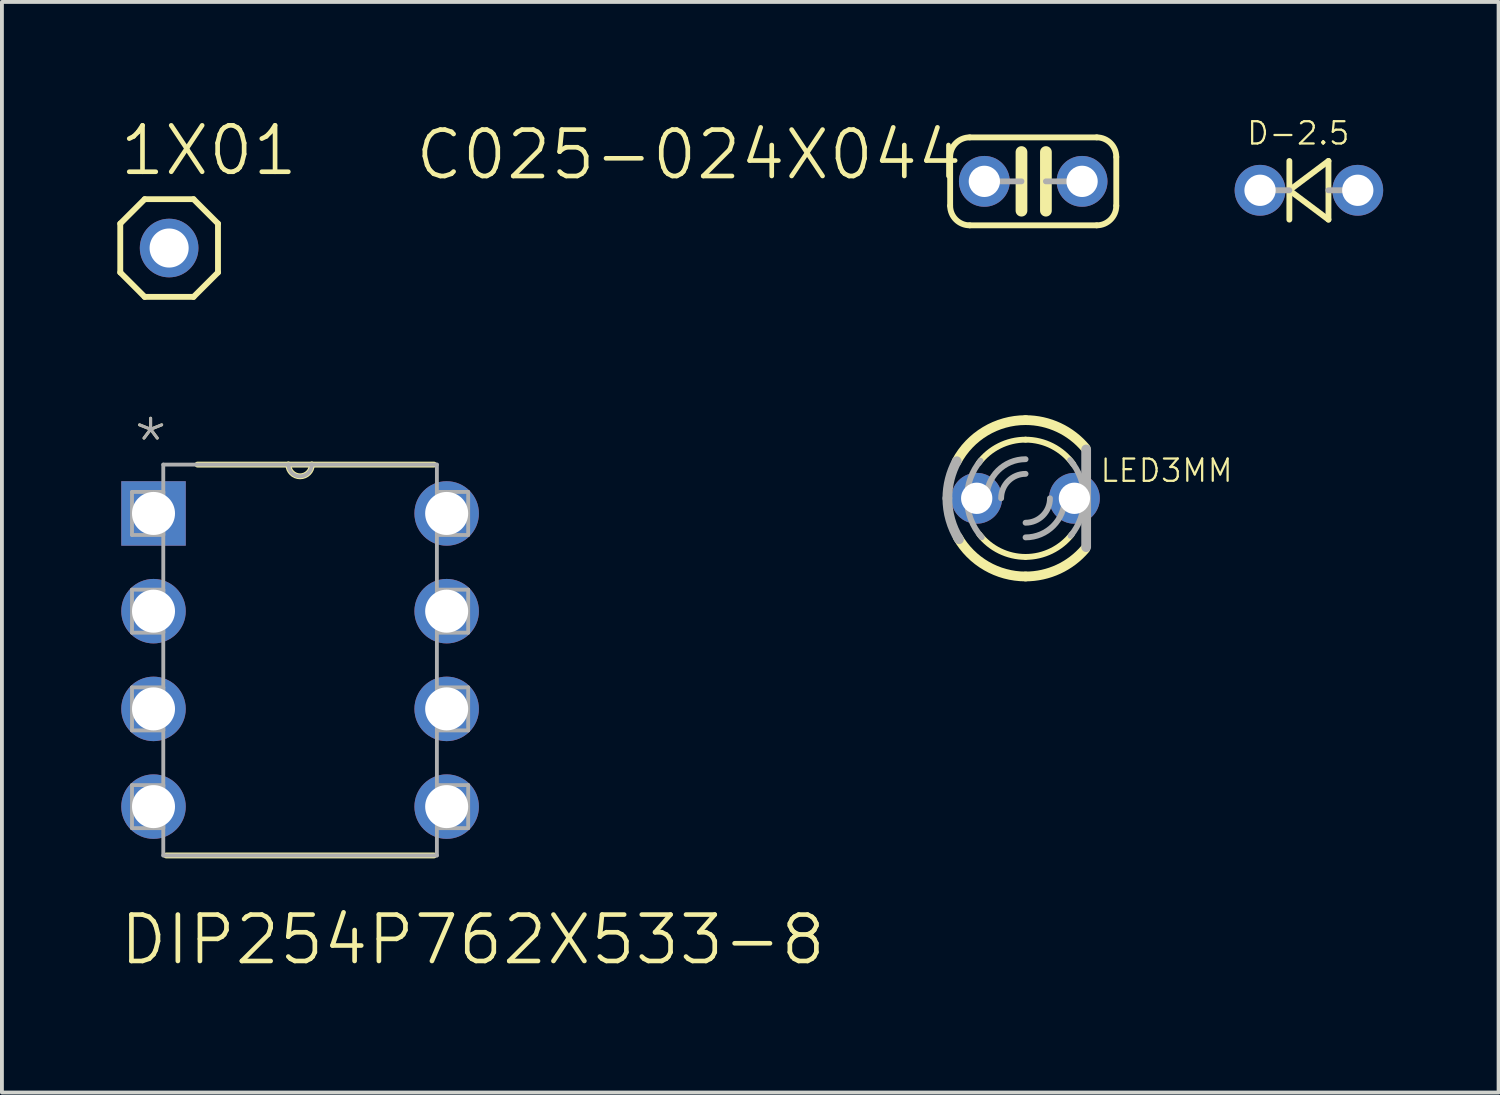
<source format=kicad_pcb>
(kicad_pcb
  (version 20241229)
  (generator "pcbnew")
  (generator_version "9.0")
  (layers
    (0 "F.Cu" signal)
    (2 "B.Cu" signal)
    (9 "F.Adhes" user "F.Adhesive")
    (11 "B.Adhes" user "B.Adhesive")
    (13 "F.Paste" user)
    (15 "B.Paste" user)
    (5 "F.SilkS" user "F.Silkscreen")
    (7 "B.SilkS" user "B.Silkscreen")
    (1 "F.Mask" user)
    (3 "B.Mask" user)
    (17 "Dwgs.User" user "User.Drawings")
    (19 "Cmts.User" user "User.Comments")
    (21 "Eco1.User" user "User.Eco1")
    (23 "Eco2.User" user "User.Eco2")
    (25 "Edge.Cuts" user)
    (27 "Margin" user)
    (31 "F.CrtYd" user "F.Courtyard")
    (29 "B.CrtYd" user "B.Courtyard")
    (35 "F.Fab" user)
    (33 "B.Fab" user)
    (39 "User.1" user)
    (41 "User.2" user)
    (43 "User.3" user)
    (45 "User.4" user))
  (footprint "DIP254P762X533-8"
    (layer "F.Cu")
    (at 8.56 17.916)
    (property "Reference" "DIP254P762X533-8" (at -8.56 4.166 0) (layer "F.SilkS") (effects (font (size 1.206 1.206) (thickness 0.121)) (justify left bottom)))
    (attr through_hole)
    (fp_line (start -7.29 1.27) (end -0.33 1.27) (stroke (width 0.152) (type solid)) (layer "F.SilkS"))
    (fp_line (start -4.115 -8.89) (end -6.477 -8.89) (stroke (width 0.152) (type solid)) (layer "F.SilkS"))
    (fp_line (start -3.505 -8.89) (end -4.115 -8.89) (stroke (width 0.152) (type solid)) (layer "F.SilkS"))
    (fp_line (start -0.33 -8.89) (end -3.505 -8.89) (stroke (width 0.152) (type solid)) (layer "F.SilkS"))
    (fp_arc (start -3.5052 -8.89) (mid -3.81 -8.5852) (end -4.1148 -8.89) (stroke (width 0.1524) (type solid)) (layer "F.SilkS"))
    (fp_line (start -8.179 -8.179) (end -8.179 -7.061) (stroke (width 0.1) (type solid)) (layer "F.Fab"))
    (fp_line (start -8.179 -7.061) (end -7.366 -7.061) (stroke (width 0.1) (type solid)) (layer "F.Fab"))
    (fp_line (start -8.179 -5.639) (end -8.179 -4.521) (stroke (width 0.1) (type solid)) (layer "F.Fab"))
    (fp_line (start -8.179 -4.521) (end -7.366 -4.521) (stroke (width 0.1) (type solid)) (layer "F.Fab"))
    (fp_line (start -8.179 -3.099) (end -8.179 -1.981) (stroke (width 0.1) (type solid)) (layer "F.Fab"))
    (fp_line (start -8.179 -1.981) (end -7.366 -1.981) (stroke (width 0.1) (type solid)) (layer "F.Fab"))
    (fp_line (start -8.179 -0.559) (end -8.179 0.559) (stroke (width 0.1) (type solid)) (layer "F.Fab"))
    (fp_line (start -8.179 0.559) (end -7.366 0.559) (stroke (width 0.1) (type solid)) (layer "F.Fab"))
    (fp_line (start -7.366 -8.89) (end -7.366 1.27) (stroke (width 0.1) (type solid)) (layer "F.Fab"))
    (fp_line (start -7.366 -8.179) (end -8.179 -8.179) (stroke (width 0.1) (type solid)) (layer "F.Fab"))
    (fp_line (start -7.366 -7.061) (end -7.366 -8.179) (stroke (width 0.1) (type solid)) (layer "F.Fab"))
    (fp_line (start -7.366 -5.639) (end -8.179 -5.639) (stroke (width 0.1) (type solid)) (layer "F.Fab"))
    (fp_line (start -7.366 -4.521) (end -7.366 -5.639) (stroke (width 0.1) (type solid)) (layer "F.Fab"))
    (fp_line (start -7.366 -3.099) (end -8.179 -3.099) (stroke (width 0.1) (type solid)) (layer "F.Fab"))
    (fp_line (start -7.366 -1.981) (end -7.366 -3.099) (stroke (width 0.1) (type solid)) (layer "F.Fab"))
    (fp_line (start -7.366 -0.559) (end -8.179 -0.559) (stroke (width 0.1) (type solid)) (layer "F.Fab"))
    (fp_line (start -7.366 0.559) (end -7.366 -0.559) (stroke (width 0.1) (type solid)) (layer "F.Fab"))
    (fp_line (start -7.366 1.27) (end -0.254 1.27) (stroke (width 0.1) (type solid)) (layer "F.Fab"))
    (fp_line (start -4.115 -8.89) (end -7.366 -8.89) (stroke (width 0.1) (type solid)) (layer "F.Fab"))
    (fp_line (start -3.505 -8.89) (end -4.115 -8.89) (stroke (width 0.1) (type solid)) (layer "F.Fab"))
    (fp_line (start -0.254 -8.89) (end -3.505 -8.89) (stroke (width 0.1) (type solid)) (layer "F.Fab"))
    (fp_line (start -0.254 -8.179) (end -0.254 -7.061) (stroke (width 0.1) (type solid)) (layer "F.Fab"))
    (fp_line (start -0.254 -7.061) (end 0.559 -7.061) (stroke (width 0.1) (type solid)) (layer "F.Fab"))
    (fp_line (start -0.254 -5.639) (end -0.254 -4.521) (stroke (width 0.1) (type solid)) (layer "F.Fab"))
    (fp_line (start -0.254 -4.521) (end 0.559 -4.521) (stroke (width 0.1) (type solid)) (layer "F.Fab"))
    (fp_line (start -0.254 -3.099) (end -0.254 -1.981) (stroke (width 0.1) (type solid)) (layer "F.Fab"))
    (fp_line (start -0.254 -1.981) (end 0.559 -1.981) (stroke (width 0.1) (type solid)) (layer "F.Fab"))
    (fp_line (start -0.254 -0.559) (end -0.254 0.559) (stroke (width 0.1) (type solid)) (layer "F.Fab"))
    (fp_line (start -0.254 0.559) (end 0.559 0.559) (stroke (width 0.1) (type solid)) (layer "F.Fab"))
    (fp_line (start -0.254 1.27) (end -0.254 -8.89) (stroke (width 0.1) (type solid)) (layer "F.Fab"))
    (fp_line (start 0.559 -8.179) (end -0.254 -8.179) (stroke (width 0.1) (type solid)) (layer "F.Fab"))
    (fp_line (start 0.559 -7.061) (end 0.559 -8.179) (stroke (width 0.1) (type solid)) (layer "F.Fab"))
    (fp_line (start 0.559 -5.639) (end -0.254 -5.639) (stroke (width 0.1) (type solid)) (layer "F.Fab"))
    (fp_line (start 0.559 -4.521) (end 0.559 -5.639) (stroke (width 0.1) (type solid)) (layer "F.Fab"))
    (fp_line (start 0.559 -3.099) (end -0.254 -3.099) (stroke (width 0.1) (type solid)) (layer "F.Fab"))
    (fp_line (start 0.559 -1.981) (end 0.559 -3.099) (stroke (width 0.1) (type solid)) (layer "F.Fab"))
    (fp_line (start 0.559 -0.559) (end -0.254 -0.559) (stroke (width 0.1) (type solid)) (layer "F.Fab"))
    (fp_line (start 0.559 0.559) (end 0.559 -0.559) (stroke (width 0.1) (type solid)) (layer "F.Fab"))
    (fp_arc (start -3.5052 -8.89) (mid -3.81 -8.5852) (end -4.1148 -8.89) (stroke (width 0.1) (type solid)) (layer "F.Fab"))
    (fp_text user "*" (at -8.204 -8.738 0) (layer "F.SilkS") (effects (font (size 1.206 1.206) (thickness 0.076)) (justify left bottom)))
    (fp_text user "*" (at -8.204 -8.738 0) (layer "F.Fab") (effects (font (size 1.206 1.206) (thickness 0.076)) (justify left bottom)))
    (pad "1" thru_hole rect (at -7.62 -7.62) (size 1.676 1.676) (drill 1.118) (layers "*.Cu" "*.Mask"))
    (pad "2" thru_hole circle (at -7.62 -5.08) (size 1.676 1.676) (drill 1.118) (layers "*.Cu" "*.Mask"))
    (pad "3" thru_hole circle (at -7.62 -2.54) (size 1.676 1.676) (drill 1.118) (layers "*.Cu" "*.Mask"))
    (pad "4" thru_hole circle (at -7.62 0) (size 1.676 1.676) (drill 1.118) (layers "*.Cu" "*.Mask"))
    (pad "5" thru_hole circle (at 0 0) (size 1.676 1.676) (drill 1.118) (layers "*.Cu" "*.Mask"))
    (pad "6" thru_hole circle (at 0 -2.54) (size 1.676 1.676) (drill 1.118) (layers "*.Cu" "*.Mask"))
    (pad "7" thru_hole circle (at 0 -5.08) (size 1.676 1.676) (drill 1.118) (layers "*.Cu" "*.Mask"))
    (pad "8" thru_hole circle (at 0 -7.62) (size 1.676 1.676) (drill 1.118) (layers "*.Cu" "*.Mask")))
  (footprint "1X01"
    (layer "F.Cu")
    (at 1.346 3.397)
    (property "Reference" "1X01" (at -1.346 -1.829 0) (layer "F.SilkS") (effects (font (size 1.206 1.206) (thickness 0.121)) (justify left bottom)))
    (attr through_hole)
    (fp_line (start -1.27 -0.635) (end -1.27 0.635) (stroke (width 0.152) (type solid)) (layer "F.SilkS"))
    (fp_line (start -1.27 0.635) (end -0.635 1.27) (stroke (width 0.152) (type solid)) (layer "F.SilkS"))
    (fp_line (start -0.635 -1.27) (end -1.27 -0.635) (stroke (width 0.152) (type solid)) (layer "F.SilkS"))
    (fp_line (start -0.635 -1.27) (end 0.635 -1.27) (stroke (width 0.152) (type solid)) (layer "F.SilkS"))
    (fp_line (start 0.635 -1.27) (end 1.27 -0.635) (stroke (width 0.152) (type solid)) (layer "F.SilkS"))
    (fp_line (start 0.635 1.27) (end -0.635 1.27) (stroke (width 0.152) (type solid)) (layer "F.SilkS"))
    (fp_line (start 1.27 -0.635) (end 1.27 0.635) (stroke (width 0.152) (type solid)) (layer "F.SilkS"))
    (fp_line (start 1.27 0.635) (end 0.635 1.27) (stroke (width 0.152) (type solid)) (layer "F.SilkS"))
    (fp_poly (pts (xy -0.254 0.254) (xy 0.254 0.254) (xy 0.254 -0.254) (xy -0.254 -0.254)) (stroke (width 0.1) (type solid)) (fill no) (layer "F.Fab"))
    (pad "1" thru_hole circle (at 0 0) (size 1.524 1.524) (drill 1.016) (layers "*.Cu" "*.Mask")))
  (footprint "LED3MM"
    (layer "F.Cu")
    (at 23.607 9.902)
    (property "Reference" "LED3MM" (at 1.905 -0.381 0) (layer "F.SilkS") (effects (font (size 0.579 0.579) (thickness 0.058)) (justify left bottom)))
    (attr through_hole)
    (fp_arc (start -1.7929 -0.9562) (mid -1.045438 -1.7424) (end 0 -2.032) (stroke (width 0.254) (type solid)) (layer "F.SilkS"))
    (fp_arc (start -1.2192 -0.9144) (mid -0.681554 -1.363107) (end 0 -1.524) (stroke (width 0.1524) (type solid)) (layer "F.SilkS"))
    (fp_arc (start 0 -2.032) (mid 0.861864 -1.840173) (end 1.561 -1.3009) (stroke (width 0.254) (type solid)) (layer "F.SilkS"))
    (fp_arc (start 0 -1.524) (mid 0.697339 -1.355082) (end 1.2401 -0.885801) (stroke (width 0.1524) (type solid)) (layer "F.SilkS"))
    (fp_arc (start 0 1.524) (mid -0.669593 1.369018) (end -1.203 0.9356) (stroke (width 0.1524) (type solid)) (layer "F.SilkS"))
    (fp_arc (start 0 2.032) (mid -1.019924 1.757525) (end -1.7643 1.0082) (stroke (width 0.254) (type solid)) (layer "F.SilkS"))
    (fp_arc (start 1.203 0.9356) (mid 0.669593 1.369018) (end 0 1.524) (stroke (width 0.1524) (type solid)) (layer "F.SilkS"))
    (fp_arc (start 1.5512 1.3126) (mid 0.854953 1.843405) (end 0 2.032) (stroke (width 0.254) (type solid)) (layer "F.SilkS"))
    (fp_line (start 1.575 1.27) (end 1.575 -1.27) (stroke (width 0.254) (type solid)) (layer "F.Fab"))
    (fp_arc (start -2.032 0) (mid -1.970339 -0.496775) (end -1.7891 -0.9634) (stroke (width 0.254) (type solid)) (layer "F.Fab"))
    (fp_arc (start -1.7306 1.065) (mid -1.95521 0.553417) (end -2.032 0) (stroke (width 0.254) (type solid)) (layer "F.Fab"))
    (fp_arc (start -1.524 0) (mid -1.432981 -0.518783) (end -1.1708 -0.9756) (stroke (width 0.1524) (type solid)) (layer "F.Fab"))
    (fp_arc (start -1.1391 1.0125) (mid -1.42454 0.5416) (end -1.524 0) (stroke (width 0.1524) (type solid)) (layer "F.Fab"))
    (fp_arc (start -1.016 0) (mid -0.71842 -0.71842) (end 0 -1.016) (stroke (width 0.1524) (type solid)) (layer "F.Fab"))
    (fp_arc (start -0.635 0) (mid -0.449013 -0.449013) (end 0 -0.635) (stroke (width 0.1524) (type solid)) (layer "F.Fab"))
    (fp_arc (start 0.635 0) (mid 0.449013 0.449013) (end 0 0.635) (stroke (width 0.1524) (type solid)) (layer "F.Fab"))
    (fp_arc (start 1.016 0) (mid 0.71842 0.71842) (end 0 1.016) (stroke (width 0.1524) (type solid)) (layer "F.Fab"))
    (fp_arc (start 1.1571 -0.9918) (mid 1.429332 -0.528744) (end 1.524 0) (stroke (width 0.1524) (type solid)) (layer "F.Fab"))
    (fp_arc (start 1.524 0) (mid 1.432981 0.518783) (end 1.1708 0.9756) (stroke (width 0.1524) (type solid)) (layer "F.Fab"))
    (pad "A" thru_hole circle (at -1.27 0) (size 1.321 1.321) (drill 0.813) (layers "*.Cu" "*.Mask"))
    (pad "K" thru_hole circle (at 1.27 0) (size 1.321 1.321) (drill 0.813) (layers "*.Cu" "*.Mask")))
  (footprint "D-2.5"
    (layer "F.Cu")
    (at 30.972 1.896)
    (property "Reference" "D-2.5" (at -1.651 -1.143 0) (layer "F.SilkS") (effects (font (size 0.579 0.579) (thickness 0.058)) (justify left bottom)))
    (attr through_hole)
    (fp_line (start -0.508 -0.762) (end -0.508 0) (stroke (width 0.152) (type solid)) (layer "F.SilkS"))
    (fp_line (start -0.508 0) (end -0.508 0.762) (stroke (width 0.152) (type solid)) (layer "F.SilkS"))
    (fp_line (start -0.508 0) (end 0.508 0.762) (stroke (width 0.152) (type solid)) (layer "F.SilkS"))
    (fp_line (start 0.508 -0.762) (end -0.508 0) (stroke (width 0.152) (type solid)) (layer "F.SilkS"))
    (fp_line (start 0.508 0.762) (end 0.508 -0.762) (stroke (width 0.152) (type solid)) (layer "F.SilkS"))
    (fp_line (start -0.508 0) (end -1.27 0) (stroke (width 0.152) (type solid)) (layer "F.Fab"))
    (fp_line (start 1.27 0) (end 0.508 0) (stroke (width 0.152) (type solid)) (layer "F.Fab"))
    (pad "A" thru_hole circle (at 1.27 0) (size 1.321 1.321) (drill 0.813) (layers "*.Cu" "*.Mask"))
    (pad "C" thru_hole circle (at -1.27 0) (size 1.321 1.321) (drill 0.813) (layers "*.Cu" "*.Mask")))
  (footprint "C025-024X044"
    (layer "F.Cu")
    (at 23.806 1.664)
    (property "Reference" "C025-024X044" (at -1.778 -1.397 180) (layer "F.SilkS") (effects (font (size 1.206 1.206) (thickness 0.121)) (justify right top)))
    (attr through_hole)
    (fp_line (start -2.159 0.635) (end -2.159 -0.635) (stroke (width 0.152) (type solid)) (layer "F.SilkS"))
    (fp_line (start -0.305 -0.762) (end -0.305 0.762) (stroke (width 0.305) (type solid)) (layer "F.SilkS"))
    (fp_line (start 0.33 -0.762) (end 0.33 0.762) (stroke (width 0.305) (type solid)) (layer "F.SilkS"))
    (fp_line (start 1.651 -1.143) (end -1.651 -1.143) (stroke (width 0.152) (type solid)) (layer "F.SilkS"))
    (fp_line (start 1.651 1.143) (end -1.651 1.143) (stroke (width 0.152) (type solid)) (layer "F.SilkS"))
    (fp_line (start 2.159 0.635) (end 2.159 -0.635) (stroke (width 0.152) (type solid)) (layer "F.SilkS"))
    (fp_arc (start -2.159 -0.635) (mid -2.01021 -0.99421) (end -1.651 -1.143) (stroke (width 0.1524) (type solid)) (layer "F.SilkS"))
    (fp_arc (start -1.651 1.143) (mid -2.01021 0.99421) (end -2.159 0.635) (stroke (width 0.1524) (type solid)) (layer "F.SilkS"))
    (fp_arc (start 1.651 -1.143) (mid 2.01021 -0.99421) (end 2.159 -0.635) (stroke (width 0.1524) (type solid)) (layer "F.SilkS"))
    (fp_arc (start 2.159 0.635) (mid 2.01021 0.99421) (end 1.651 1.143) (stroke (width 0.1524) (type solid)) (layer "F.SilkS"))
    (fp_line (start -1.27 0) (end -0.305 0) (stroke (width 0.152) (type solid)) (layer "F.Fab"))
    (fp_line (start 1.27 0) (end 0.33 0) (stroke (width 0.152) (type solid)) (layer "F.Fab"))
    (pad "1" thru_hole circle (at -1.27 0) (size 1.321 1.321) (drill 0.813) (layers "*.Cu" "*.Mask"))
    (pad "2" thru_hole circle (at 1.27 0) (size 1.321 1.321) (drill 0.813) (layers "*.Cu" "*.Mask")))
  (gr_rect
    (start -3 -3)
    (end 35.902 25.348)
    (stroke (width 0.1) (type default))
    (fill no)
    (layer "Edge.Cuts")))
</source>
